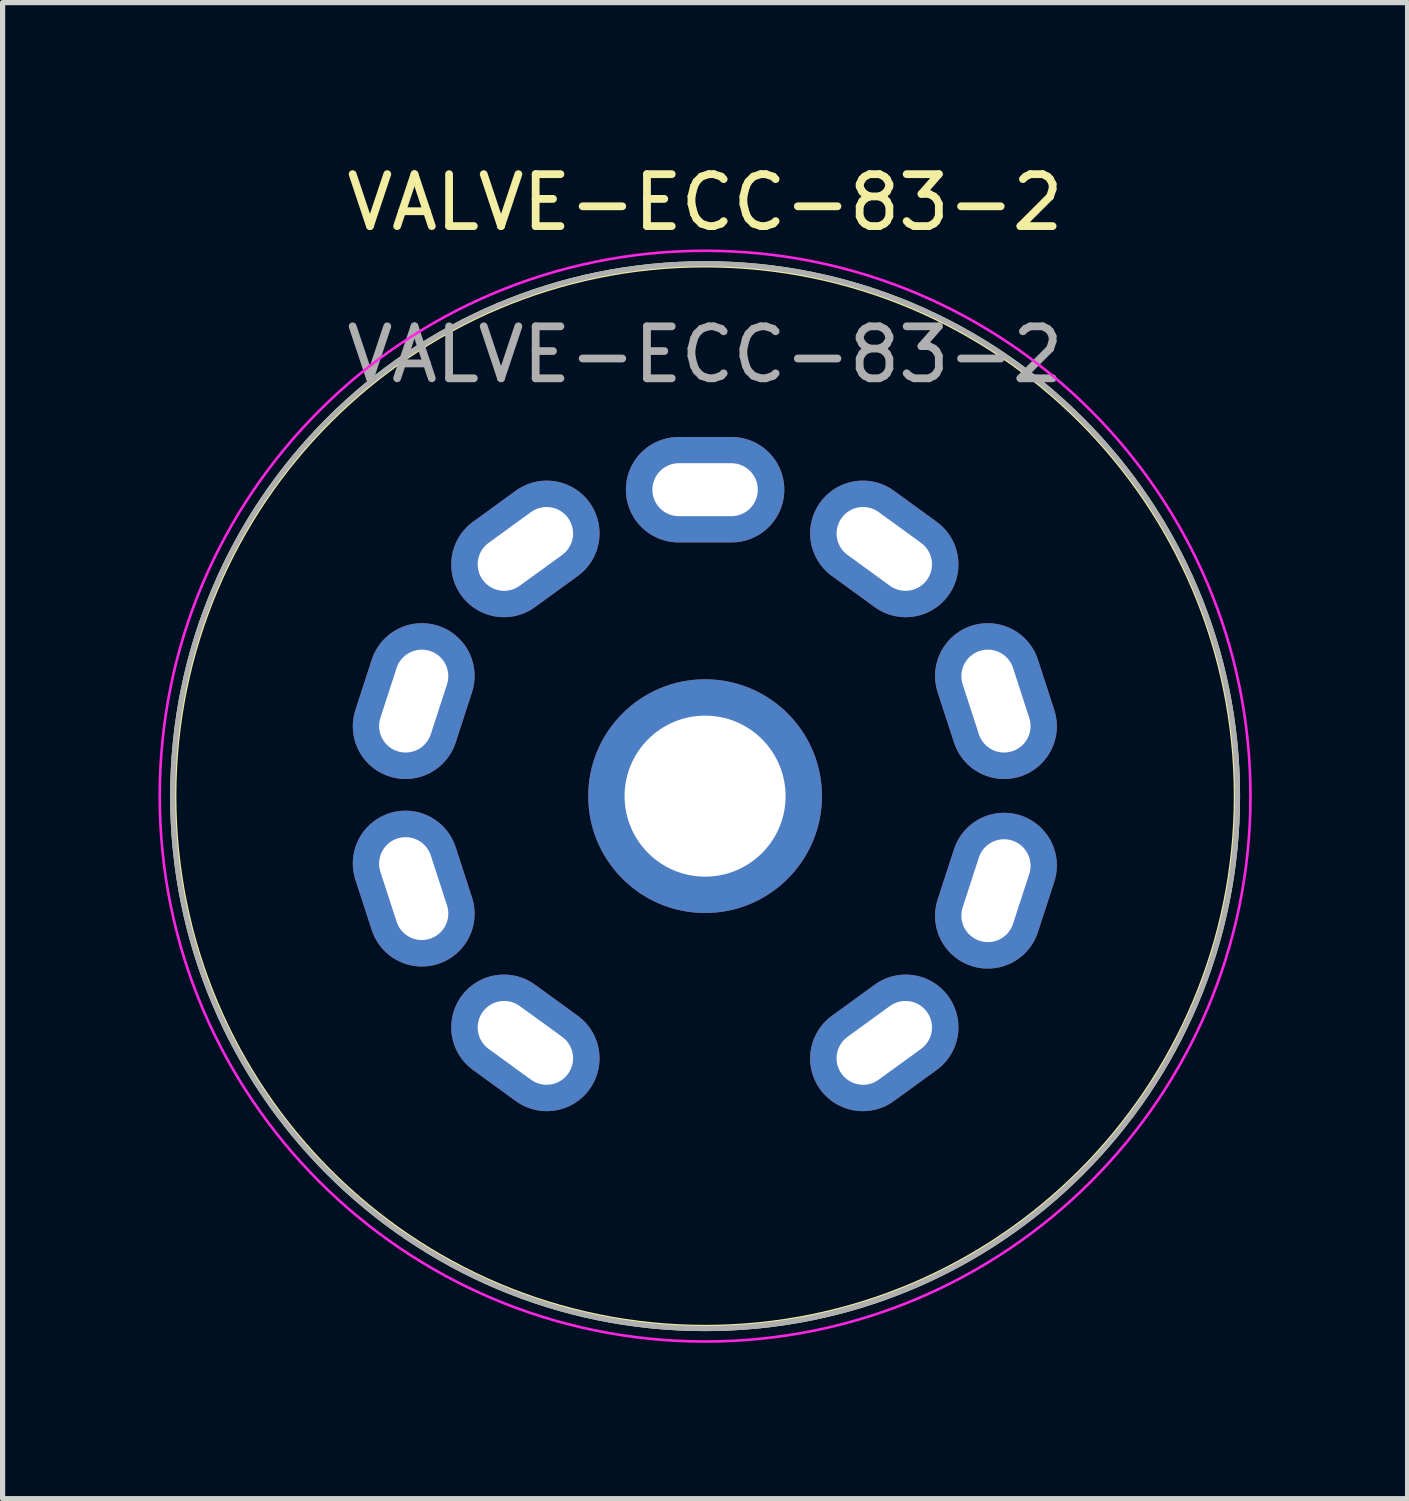
<source format=kicad_pcb>
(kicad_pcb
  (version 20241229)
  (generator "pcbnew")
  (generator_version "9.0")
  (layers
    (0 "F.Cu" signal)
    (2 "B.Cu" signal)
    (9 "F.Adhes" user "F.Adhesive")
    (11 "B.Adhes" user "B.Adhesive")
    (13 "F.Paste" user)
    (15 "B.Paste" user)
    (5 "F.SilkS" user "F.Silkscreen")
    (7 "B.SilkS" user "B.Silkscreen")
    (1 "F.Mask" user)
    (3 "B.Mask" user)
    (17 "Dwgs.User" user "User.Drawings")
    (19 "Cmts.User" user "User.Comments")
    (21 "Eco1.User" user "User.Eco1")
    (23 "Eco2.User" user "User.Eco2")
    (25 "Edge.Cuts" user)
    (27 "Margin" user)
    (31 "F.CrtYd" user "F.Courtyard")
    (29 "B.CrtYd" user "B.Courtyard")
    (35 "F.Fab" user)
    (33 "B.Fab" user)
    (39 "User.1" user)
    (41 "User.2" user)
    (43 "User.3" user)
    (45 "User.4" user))
  (footprint "VALVE-ECC-83-2"
    (layer "F.Cu")
    (at 13.975 17.028)
    (property "Reference" "VALVE-ECC-83-2" (at -3.45 -16.18 0) (layer "F.SilkS") (effects (font (size 1 1) (thickness 0.15))))
    (attr through_hole)
    (fp_circle (center -3.45 -4.75) (end 6.71 -3.48) (stroke (width 0.12) (type solid)) (fill no) (layer "F.SilkS"))
    (fp_circle (center -3.45 -4.75) (end -3.45 -15.25) (stroke (width 0.05) (type solid)) (fill no) (layer "F.CrtYd"))
    (fp_circle (center -3.45 -4.75) (end -3.45 -15) (stroke (width 0.1) (type solid)) (fill no) (layer "F.Fab"))
    (fp_text user "${REFERENCE}" (at -3.45 -13.25 0) (layer "F.Fab") (effects (font (size 1 1) (thickness 0.15))))
    (pad "1" thru_hole oval (at 0 0 306) (size 2.03 3.05) (drill oval 1.02 2.03) (layers "*.Cu" "*.Mask"))
    (pad "2" thru_hole circle (at -3.45 -4.75) (size 4.5 4.5) (drill 3.1) (layers "*.Cu" "*.Mask"))
    (pad "2" thru_hole oval (at 2.15 -2.93 342) (size 2.03 3.05) (drill oval 1.02 2.03) (layers "*.Cu" "*.Mask"))
    (pad "3" thru_hole oval (at 2.15 -6.58 18) (size 2.03 3.05) (drill oval 1.02 2.03) (layers "*.Cu" "*.Mask"))
    (pad "4" thru_hole oval (at 0 -9.51 54) (size 2.03 3.05) (drill oval 1.02 2.03) (layers "*.Cu" "*.Mask"))
    (pad "5" thru_hole oval (at -3.45 -10.65 90) (size 2.03 3.05) (drill oval 1.02 2.03) (layers "*.Cu" "*.Mask"))
    (pad "6" thru_hole oval (at -6.91 -9.51 306) (size 2.03 3.05) (drill oval 1.02 2.03) (layers "*.Cu" "*.Mask"))
    (pad "7" thru_hole oval (at -9.06 -6.58 342) (size 2.03 3.05) (drill oval 1.02 2.03) (layers "*.Cu" "*.Mask"))
    (pad "8" thru_hole oval (at -9.06 -2.97 18) (size 2.03 3.05) (drill oval 1.02 2.03) (layers "*.Cu" "*.Mask"))
    (pad "9" thru_hole oval (at -6.91 0 54) (size 2.03 3.05) (drill oval 1.02 2.03) (layers "*.Cu" "*.Mask")))
  (gr_rect
    (start -3 -3)
    (end 24.05 25.803)
    (stroke (width 0.1) (type default))
    (fill no)
    (layer "Edge.Cuts")))
</source>
